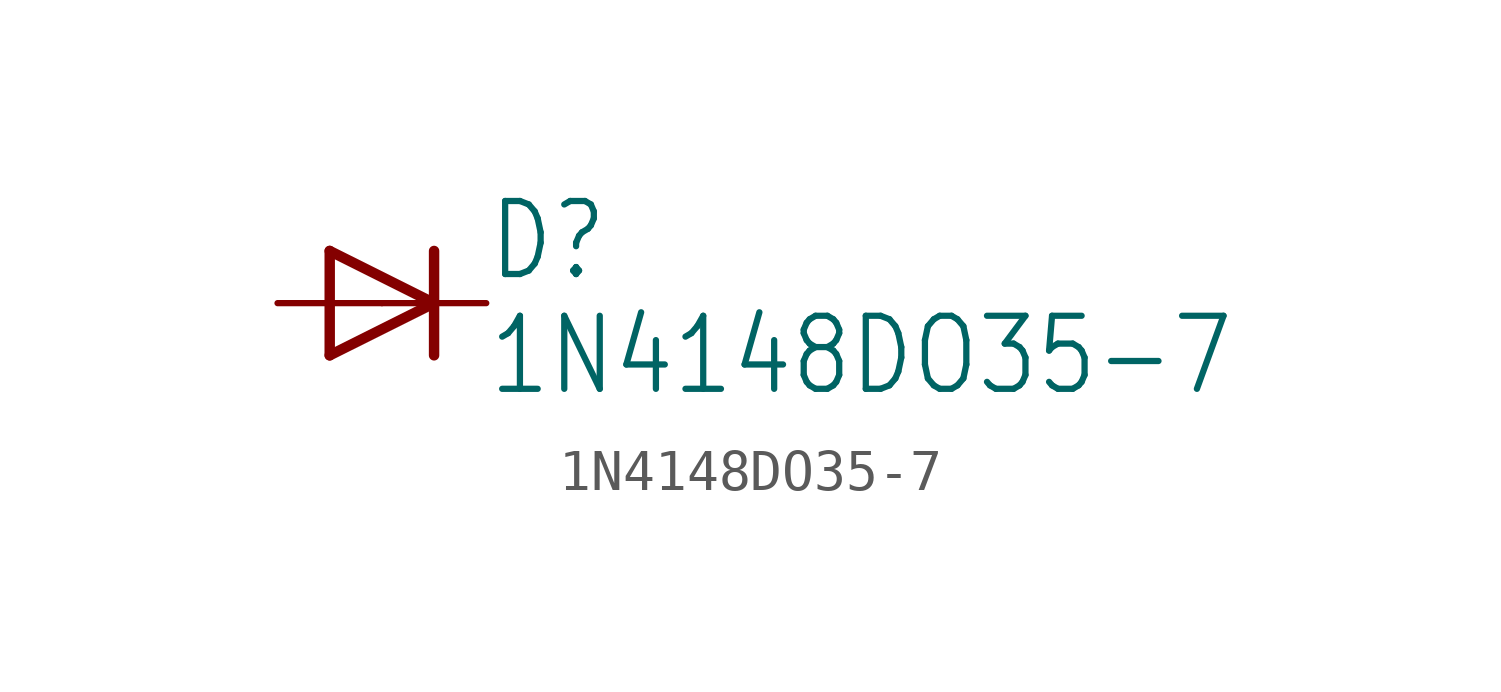
<source format=kicad_sym>
(kicad_symbol_lib
  (version 20211014)
  (generator kicad_symbol_editor)
  (symbol "1N4148DO35-7"
    (property "Reference" "D"
      (at 2.54 0.483 0)
      (effects (font (size 1.778 1.511)) (justify left bottom)))
    (property "Value" "1N4148DO35-7"
      (at 2.54 -2.311 0)
      (effects (font (size 1.778 1.511)) (justify left bottom)))
    (property "ki_locked" ""
      (at 0 0 0)
      (effects (font (size 1.27 1.27))))
    (symbol "1N4148DO35-7_1_0"
      (polyline (pts (xy -1.27 -1.27) (xy 1.27 0)) (stroke (width 0.254) (type default) (color 0 0 0 0)) (fill (type none)))
      (polyline (pts (xy -1.27 1.27) (xy -1.27 -1.27)) (stroke (width 0.254) (type default) (color 0 0 0 0)) (fill (type none)))
      (polyline (pts (xy 1.27 0) (xy -1.27 1.27)) (stroke (width 0.254) (type default) (color 0 0 0 0)) (fill (type none)))
      (polyline (pts (xy 1.27 0) (xy 1.27 -1.27)) (stroke (width 0.254) (type default) (color 0 0 0 0)) (fill (type none)))
      (polyline (pts (xy 1.27 1.27) (xy 1.27 0)) (stroke (width 0.254) (type default) (color 0 0 0 0)) (fill (type none)))
      (pin passive line (at -2.54 0 0) (length 2.54) (name "A" (effects (font (size 0 0)))) (number "A" (effects (font (size 0 0)))))
      (pin passive line (at 2.54 0 180) (length 2.54) (name "C" (effects (font (size 0 0)))) (number "C" (effects (font (size 0 0))))))))
</source>
